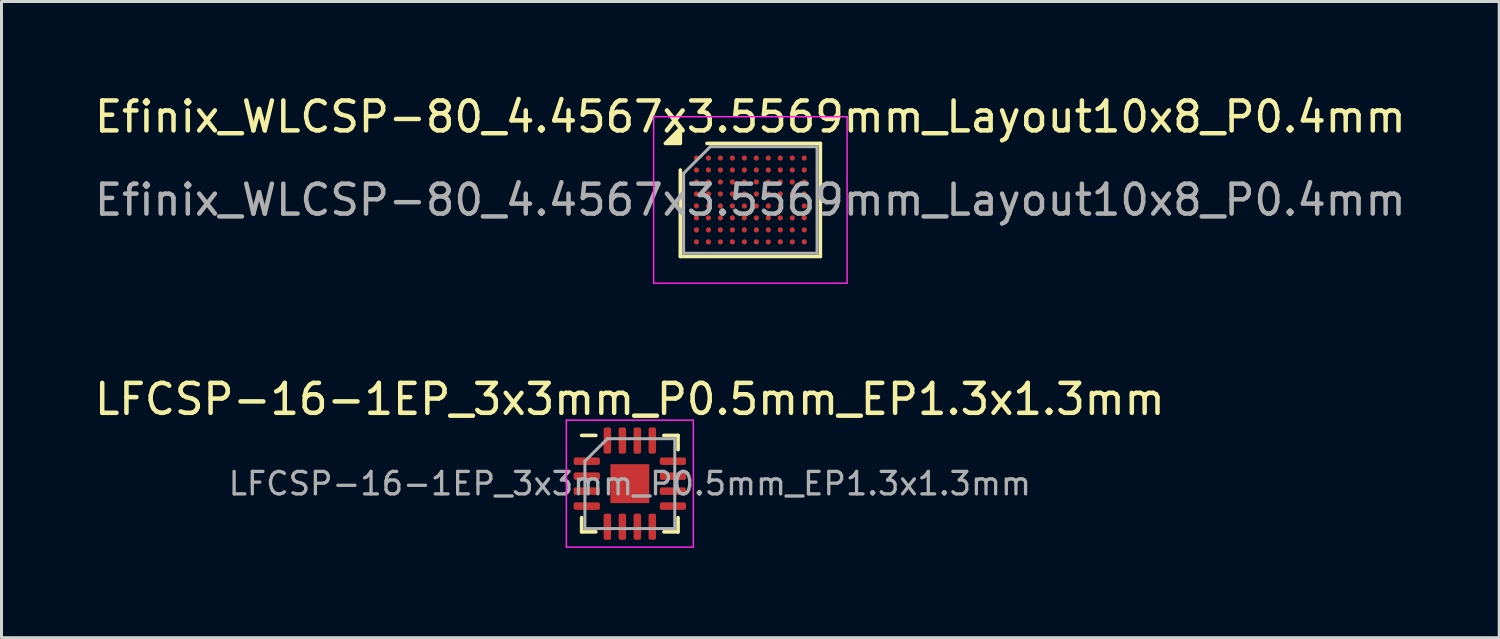
<source format=kicad_pcb>
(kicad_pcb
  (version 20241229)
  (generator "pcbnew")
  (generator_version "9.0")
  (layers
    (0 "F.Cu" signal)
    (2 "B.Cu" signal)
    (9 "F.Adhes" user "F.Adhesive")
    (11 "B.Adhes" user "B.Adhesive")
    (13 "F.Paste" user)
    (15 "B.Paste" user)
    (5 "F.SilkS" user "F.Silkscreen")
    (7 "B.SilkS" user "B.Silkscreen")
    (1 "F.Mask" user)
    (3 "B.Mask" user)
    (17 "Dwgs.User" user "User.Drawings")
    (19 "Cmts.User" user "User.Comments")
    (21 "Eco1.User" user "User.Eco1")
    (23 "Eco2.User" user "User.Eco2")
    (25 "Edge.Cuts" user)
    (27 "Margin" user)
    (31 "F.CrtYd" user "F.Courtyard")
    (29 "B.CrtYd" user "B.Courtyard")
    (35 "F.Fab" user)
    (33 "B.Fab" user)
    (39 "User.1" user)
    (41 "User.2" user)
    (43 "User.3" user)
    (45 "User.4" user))
  (footprint "Efinix_WLCSP-80_4.4567x3.5569mm_Layout10x8_P0.4mm"
    (layer "F.Cu")
    (at 22.006 3.627)
    (property "Reference" "Efinix_WLCSP-80_4.4567x3.5569mm_Layout10x8_P0.4mm" (at 0 -2.778 0) (layer "F.SilkS") (effects (font (size 1 1) (thickness 0.15))))
    (attr smd)
    (fp_line (start -2.338 1.888) (end -2.338 -0.999) (stroke (width 0.12) (type solid)) (layer "F.SilkS"))
    (fp_line (start -1.449 -1.888) (end 2.338 -1.888) (stroke (width 0.12) (type solid)) (layer "F.SilkS"))
    (fp_line (start 2.338 -1.888) (end 2.338 1.888) (stroke (width 0.12) (type solid)) (layer "F.SilkS"))
    (fp_line (start 2.338 1.888) (end -2.338 1.888) (stroke (width 0.12) (type solid)) (layer "F.SilkS"))
    (fp_poly (pts (xy -2.338 -1.888) (xy -2.838 -1.888) (xy -2.338 -2.388) (xy -2.338 -1.888)) (stroke (width 0.12) (type solid)) (fill yes) (layer "F.SilkS"))
    (fp_line (start -3.23 -2.78) (end -3.23 2.78) (stroke (width 0.05) (type solid)) (layer "F.CrtYd"))
    (fp_line (start -3.23 2.78) (end 3.23 2.78) (stroke (width 0.05) (type solid)) (layer "F.CrtYd"))
    (fp_line (start 3.23 -2.78) (end -3.23 -2.78) (stroke (width 0.05) (type solid)) (layer "F.CrtYd"))
    (fp_line (start 3.23 2.78) (end 3.23 -2.78) (stroke (width 0.05) (type solid)) (layer "F.CrtYd"))
    (fp_line (start -2.228 -0.889) (end -1.339 -1.778) (stroke (width 0.1) (type solid)) (layer "F.Fab"))
    (fp_line (start -2.228 1.778) (end -2.228 -0.889) (stroke (width 0.1) (type solid)) (layer "F.Fab"))
    (fp_line (start -1.339 -1.778) (end 2.228 -1.778) (stroke (width 0.1) (type solid)) (layer "F.Fab"))
    (fp_line (start 2.228 -1.778) (end 2.228 1.778) (stroke (width 0.1) (type solid)) (layer "F.Fab"))
    (fp_line (start 2.228 1.778) (end -2.228 1.778) (stroke (width 0.1) (type solid)) (layer "F.Fab"))
    (fp_text user "${REFERENCE}" (at 0 0 0) (layer "F.Fab") (effects (font (size 1 1) (thickness 0.15))))
    (pad "A1" smd circle (at -1.8 -1.4) (size 0.175 0.175) (property pad_prop_bga) (layers "F.Cu" "F.Mask" "F.Paste"))
    (pad "A2" smd circle (at -1.4 -1.4) (size 0.175 0.175) (property pad_prop_bga) (layers "F.Cu" "F.Mask" "F.Paste"))
    (pad "A3" smd circle (at -1 -1.4) (size 0.175 0.175) (property pad_prop_bga) (layers "F.Cu" "F.Mask" "F.Paste"))
    (pad "A4" smd circle (at -0.6 -1.4) (size 0.175 0.175) (property pad_prop_bga) (layers "F.Cu" "F.Mask" "F.Paste"))
    (pad "A5" smd circle (at -0.2 -1.4) (size 0.175 0.175) (property pad_prop_bga) (layers "F.Cu" "F.Mask" "F.Paste"))
    (pad "A6" smd circle (at 0.2 -1.4) (size 0.175 0.175) (property pad_prop_bga) (layers "F.Cu" "F.Mask" "F.Paste"))
    (pad "A7" smd circle (at 0.6 -1.4) (size 0.175 0.175) (property pad_prop_bga) (layers "F.Cu" "F.Mask" "F.Paste"))
    (pad "A8" smd circle (at 1 -1.4) (size 0.175 0.175) (property pad_prop_bga) (layers "F.Cu" "F.Mask" "F.Paste"))
    (pad "A9" smd circle (at 1.4 -1.4) (size 0.175 0.175) (property pad_prop_bga) (layers "F.Cu" "F.Mask" "F.Paste"))
    (pad "A10" smd circle (at 1.8 -1.4) (size 0.175 0.175) (property pad_prop_bga) (layers "F.Cu" "F.Mask" "F.Paste"))
    (pad "B1" smd circle (at -1.8 -1) (size 0.175 0.175) (property pad_prop_bga) (layers "F.Cu" "F.Mask" "F.Paste"))
    (pad "B2" smd circle (at -1.4 -1) (size 0.175 0.175) (property pad_prop_bga) (layers "F.Cu" "F.Mask" "F.Paste"))
    (pad "B3" smd circle (at -1 -1) (size 0.175 0.175) (property pad_prop_bga) (layers "F.Cu" "F.Mask" "F.Paste"))
    (pad "B4" smd circle (at -0.6 -1) (size 0.175 0.175) (property pad_prop_bga) (layers "F.Cu" "F.Mask" "F.Paste"))
    (pad "B5" smd circle (at -0.2 -1) (size 0.175 0.175) (property pad_prop_bga) (layers "F.Cu" "F.Mask" "F.Paste"))
    (pad "B6" smd circle (at 0.2 -1) (size 0.175 0.175) (property pad_prop_bga) (layers "F.Cu" "F.Mask" "F.Paste"))
    (pad "B7" smd circle (at 0.6 -1) (size 0.175 0.175) (property pad_prop_bga) (layers "F.Cu" "F.Mask" "F.Paste"))
    (pad "B8" smd circle (at 1 -1) (size 0.175 0.175) (property pad_prop_bga) (layers "F.Cu" "F.Mask" "F.Paste"))
    (pad "B9" smd circle (at 1.4 -1) (size 0.175 0.175) (property pad_prop_bga) (layers "F.Cu" "F.Mask" "F.Paste"))
    (pad "B10" smd circle (at 1.8 -1) (size 0.175 0.175) (property pad_prop_bga) (layers "F.Cu" "F.Mask" "F.Paste"))
    (pad "C1" smd circle (at -1.8 -0.6) (size 0.175 0.175) (property pad_prop_bga) (layers "F.Cu" "F.Mask" "F.Paste"))
    (pad "C2" smd circle (at -1.4 -0.6) (size 0.175 0.175) (property pad_prop_bga) (layers "F.Cu" "F.Mask" "F.Paste"))
    (pad "C3" smd circle (at -1 -0.6) (size 0.175 0.175) (property pad_prop_bga) (layers "F.Cu" "F.Mask" "F.Paste"))
    (pad "C4" smd circle (at -0.6 -0.6) (size 0.175 0.175) (property pad_prop_bga) (layers "F.Cu" "F.Mask" "F.Paste"))
    (pad "C5" smd circle (at -0.2 -0.6) (size 0.175 0.175) (property pad_prop_bga) (layers "F.Cu" "F.Mask" "F.Paste"))
    (pad "C6" smd circle (at 0.2 -0.6) (size 0.175 0.175) (property pad_prop_bga) (layers "F.Cu" "F.Mask" "F.Paste"))
    (pad "C7" smd circle (at 0.6 -0.6) (size 0.175 0.175) (property pad_prop_bga) (layers "F.Cu" "F.Mask" "F.Paste"))
    (pad "C8" smd circle (at 1 -0.6) (size 0.175 0.175) (property pad_prop_bga) (layers "F.Cu" "F.Mask" "F.Paste"))
    (pad "C9" smd circle (at 1.4 -0.6) (size 0.175 0.175) (property pad_prop_bga) (layers "F.Cu" "F.Mask" "F.Paste"))
    (pad "C10" smd circle (at 1.8 -0.6) (size 0.175 0.175) (property pad_prop_bga) (layers "F.Cu" "F.Mask" "F.Paste"))
    (pad "D1" smd circle (at -1.8 -0.2) (size 0.175 0.175) (property pad_prop_bga) (layers "F.Cu" "F.Mask" "F.Paste"))
    (pad "D2" smd circle (at -1.4 -0.2) (size 0.175 0.175) (property pad_prop_bga) (layers "F.Cu" "F.Mask" "F.Paste"))
    (pad "D3" smd circle (at -1 -0.2) (size 0.175 0.175) (property pad_prop_bga) (layers "F.Cu" "F.Mask" "F.Paste"))
    (pad "D4" smd circle (at -0.6 -0.2) (size 0.175 0.175) (property pad_prop_bga) (layers "F.Cu" "F.Mask" "F.Paste"))
    (pad "D5" smd circle (at -0.2 -0.2) (size 0.175 0.175) (property pad_prop_bga) (layers "F.Cu" "F.Mask" "F.Paste"))
    (pad "D6" smd circle (at 0.2 -0.2) (size 0.175 0.175) (property pad_prop_bga) (layers "F.Cu" "F.Mask" "F.Paste"))
    (pad "D7" smd circle (at 0.6 -0.2) (size 0.175 0.175) (property pad_prop_bga) (layers "F.Cu" "F.Mask" "F.Paste"))
    (pad "D8" smd circle (at 1 -0.2) (size 0.175 0.175) (property pad_prop_bga) (layers "F.Cu" "F.Mask" "F.Paste"))
    (pad "D9" smd circle (at 1.4 -0.2) (size 0.175 0.175) (property pad_prop_bga) (layers "F.Cu" "F.Mask" "F.Paste"))
    (pad "D10" smd circle (at 1.8 -0.2) (size 0.175 0.175) (property pad_prop_bga) (layers "F.Cu" "F.Mask" "F.Paste"))
    (pad "E1" smd circle (at -1.8 0.2) (size 0.175 0.175) (property pad_prop_bga) (layers "F.Cu" "F.Mask" "F.Paste"))
    (pad "E2" smd circle (at -1.4 0.2) (size 0.175 0.175) (property pad_prop_bga) (layers "F.Cu" "F.Mask" "F.Paste"))
    (pad "E3" smd circle (at -1 0.2) (size 0.175 0.175) (property pad_prop_bga) (layers "F.Cu" "F.Mask" "F.Paste"))
    (pad "E4" smd circle (at -0.6 0.2) (size 0.175 0.175) (property pad_prop_bga) (layers "F.Cu" "F.Mask" "F.Paste"))
    (pad "E5" smd circle (at -0.2 0.2) (size 0.175 0.175) (property pad_prop_bga) (layers "F.Cu" "F.Mask" "F.Paste"))
    (pad "E6" smd circle (at 0.2 0.2) (size 0.175 0.175) (property pad_prop_bga) (layers "F.Cu" "F.Mask" "F.Paste"))
    (pad "E7" smd circle (at 0.6 0.2) (size 0.175 0.175) (property pad_prop_bga) (layers "F.Cu" "F.Mask" "F.Paste"))
    (pad "E8" smd circle (at 1 0.2) (size 0.175 0.175) (property pad_prop_bga) (layers "F.Cu" "F.Mask" "F.Paste"))
    (pad "E9" smd circle (at 1.4 0.2) (size 0.175 0.175) (property pad_prop_bga) (layers "F.Cu" "F.Mask" "F.Paste"))
    (pad "E10" smd circle (at 1.8 0.2) (size 0.175 0.175) (property pad_prop_bga) (layers "F.Cu" "F.Mask" "F.Paste"))
    (pad "F1" smd circle (at -1.8 0.6) (size 0.175 0.175) (property pad_prop_bga) (layers "F.Cu" "F.Mask" "F.Paste"))
    (pad "F2" smd circle (at -1.4 0.6) (size 0.175 0.175) (property pad_prop_bga) (layers "F.Cu" "F.Mask" "F.Paste"))
    (pad "F3" smd circle (at -1 0.6) (size 0.175 0.175) (property pad_prop_bga) (layers "F.Cu" "F.Mask" "F.Paste"))
    (pad "F4" smd circle (at -0.6 0.6) (size 0.175 0.175) (property pad_prop_bga) (layers "F.Cu" "F.Mask" "F.Paste"))
    (pad "F5" smd circle (at -0.2 0.6) (size 0.175 0.175) (property pad_prop_bga) (layers "F.Cu" "F.Mask" "F.Paste"))
    (pad "F6" smd circle (at 0.2 0.6) (size 0.175 0.175) (property pad_prop_bga) (layers "F.Cu" "F.Mask" "F.Paste"))
    (pad "F7" smd circle (at 0.6 0.6) (size 0.175 0.175) (property pad_prop_bga) (layers "F.Cu" "F.Mask" "F.Paste"))
    (pad "F8" smd circle (at 1 0.6) (size 0.175 0.175) (property pad_prop_bga) (layers "F.Cu" "F.Mask" "F.Paste"))
    (pad "F9" smd circle (at 1.4 0.6) (size 0.175 0.175) (property pad_prop_bga) (layers "F.Cu" "F.Mask" "F.Paste"))
    (pad "F10" smd circle (at 1.8 0.6) (size 0.175 0.175) (property pad_prop_bga) (layers "F.Cu" "F.Mask" "F.Paste"))
    (pad "G1" smd circle (at -1.8 1) (size 0.175 0.175) (property pad_prop_bga) (layers "F.Cu" "F.Mask" "F.Paste"))
    (pad "G2" smd circle (at -1.4 1) (size 0.175 0.175) (property pad_prop_bga) (layers "F.Cu" "F.Mask" "F.Paste"))
    (pad "G3" smd circle (at -1 1) (size 0.175 0.175) (property pad_prop_bga) (layers "F.Cu" "F.Mask" "F.Paste"))
    (pad "G4" smd circle (at -0.6 1) (size 0.175 0.175) (property pad_prop_bga) (layers "F.Cu" "F.Mask" "F.Paste"))
    (pad "G5" smd circle (at -0.2 1) (size 0.175 0.175) (property pad_prop_bga) (layers "F.Cu" "F.Mask" "F.Paste"))
    (pad "G6" smd circle (at 0.2 1) (size 0.175 0.175) (property pad_prop_bga) (layers "F.Cu" "F.Mask" "F.Paste"))
    (pad "G7" smd circle (at 0.6 1) (size 0.175 0.175) (property pad_prop_bga) (layers "F.Cu" "F.Mask" "F.Paste"))
    (pad "G8" smd circle (at 1 1) (size 0.175 0.175) (property pad_prop_bga) (layers "F.Cu" "F.Mask" "F.Paste"))
    (pad "G9" smd circle (at 1.4 1) (size 0.175 0.175) (property pad_prop_bga) (layers "F.Cu" "F.Mask" "F.Paste"))
    (pad "G10" smd circle (at 1.8 1) (size 0.175 0.175) (property pad_prop_bga) (layers "F.Cu" "F.Mask" "F.Paste"))
    (pad "H1" smd circle (at -1.8 1.4) (size 0.175 0.175) (property pad_prop_bga) (layers "F.Cu" "F.Mask" "F.Paste"))
    (pad "H2" smd circle (at -1.4 1.4) (size 0.175 0.175) (property pad_prop_bga) (layers "F.Cu" "F.Mask" "F.Paste"))
    (pad "H3" smd circle (at -1 1.4) (size 0.175 0.175) (property pad_prop_bga) (layers "F.Cu" "F.Mask" "F.Paste"))
    (pad "H4" smd circle (at -0.6 1.4) (size 0.175 0.175) (property pad_prop_bga) (layers "F.Cu" "F.Mask" "F.Paste"))
    (pad "H5" smd circle (at -0.2 1.4) (size 0.175 0.175) (property pad_prop_bga) (layers "F.Cu" "F.Mask" "F.Paste"))
    (pad "H6" smd circle (at 0.2 1.4) (size 0.175 0.175) (property pad_prop_bga) (layers "F.Cu" "F.Mask" "F.Paste"))
    (pad "H7" smd circle (at 0.6 1.4) (size 0.175 0.175) (property pad_prop_bga) (layers "F.Cu" "F.Mask" "F.Paste"))
    (pad "H8" smd circle (at 1 1.4) (size 0.175 0.175) (property pad_prop_bga) (layers "F.Cu" "F.Mask" "F.Paste"))
    (pad "H9" smd circle (at 1.4 1.4) (size 0.175 0.175) (property pad_prop_bga) (layers "F.Cu" "F.Mask" "F.Paste"))
    (pad "H10" smd circle (at 1.8 1.4) (size 0.175 0.175) (property pad_prop_bga) (layers "F.Cu" "F.Mask" "F.Paste")))
  (footprint "LFCSP-16-1EP_3x3mm_P0.5mm_EP1.3x1.3mm"
    (layer "F.Cu")
    (at 17.982 13.1)
    (property "Reference" "LFCSP-16-1EP_3x3mm_P0.5mm_EP1.3x1.3mm" (at 0 -2.82 0) (layer "F.SilkS") (effects (font (size 1 1) (thickness 0.15))))
    (attr smd)
    (fp_line (start -1.61 1.61) (end -1.61 1.135) (stroke (width 0.12) (type solid)) (layer "F.SilkS"))
    (fp_line (start -1.135 -1.61) (end -1.61 -1.61) (stroke (width 0.12) (type solid)) (layer "F.SilkS"))
    (fp_line (start -1.135 1.61) (end -1.61 1.61) (stroke (width 0.12) (type solid)) (layer "F.SilkS"))
    (fp_line (start 1.135 -1.61) (end 1.61 -1.61) (stroke (width 0.12) (type solid)) (layer "F.SilkS"))
    (fp_line (start 1.135 1.61) (end 1.61 1.61) (stroke (width 0.12) (type solid)) (layer "F.SilkS"))
    (fp_line (start 1.61 -1.61) (end 1.61 -1.135) (stroke (width 0.12) (type solid)) (layer "F.SilkS"))
    (fp_line (start 1.61 1.61) (end 1.61 1.135) (stroke (width 0.12) (type solid)) (layer "F.SilkS"))
    (fp_line (start -2.12 -2.12) (end -2.12 2.12) (stroke (width 0.05) (type solid)) (layer "F.CrtYd"))
    (fp_line (start -2.12 2.12) (end 2.12 2.12) (stroke (width 0.05) (type solid)) (layer "F.CrtYd"))
    (fp_line (start 2.12 -2.12) (end -2.12 -2.12) (stroke (width 0.05) (type solid)) (layer "F.CrtYd"))
    (fp_line (start 2.12 2.12) (end 2.12 -2.12) (stroke (width 0.05) (type solid)) (layer "F.CrtYd"))
    (fp_line (start -1.5 -0.75) (end -0.75 -1.5) (stroke (width 0.1) (type solid)) (layer "F.Fab"))
    (fp_line (start -1.5 1.5) (end -1.5 -0.75) (stroke (width 0.1) (type solid)) (layer "F.Fab"))
    (fp_line (start -0.75 -1.5) (end 1.5 -1.5) (stroke (width 0.1) (type solid)) (layer "F.Fab"))
    (fp_line (start 1.5 -1.5) (end 1.5 1.5) (stroke (width 0.1) (type solid)) (layer "F.Fab"))
    (fp_line (start 1.5 1.5) (end -1.5 1.5) (stroke (width 0.1) (type solid)) (layer "F.Fab"))
    (fp_text user "${REFERENCE}" (at 0 0 0) (layer "F.Fab") (effects (font (size 0.75 0.75) (thickness 0.11))))
    (pad "" smd roundrect (at -0.325 -0.325) (size 0.52 0.52) (layers "F.Paste") (roundrect_rratio 0.25))
    (pad "" smd roundrect (at -0.325 0.325) (size 0.52 0.52) (layers "F.Paste") (roundrect_rratio 0.25))
    (pad "" smd roundrect (at 0.325 -0.325) (size 0.52 0.52) (layers "F.Paste") (roundrect_rratio 0.25))
    (pad "" smd roundrect (at 0.325 0.325) (size 0.52 0.52) (layers "F.Paste") (roundrect_rratio 0.25))
    (pad "1" smd roundrect (at -1.438 -0.75) (size 0.875 0.25) (layers "F.Cu" "F.Mask" "F.Paste") (roundrect_rratio 0.25))
    (pad "2" smd roundrect (at -1.438 -0.25) (size 0.875 0.25) (layers "F.Cu" "F.Mask" "F.Paste") (roundrect_rratio 0.25))
    (pad "3" smd roundrect (at -1.438 0.25) (size 0.875 0.25) (layers "F.Cu" "F.Mask" "F.Paste") (roundrect_rratio 0.25))
    (pad "4" smd roundrect (at -1.438 0.75) (size 0.875 0.25) (layers "F.Cu" "F.Mask" "F.Paste") (roundrect_rratio 0.25))
    (pad "5" smd roundrect (at -0.75 1.438) (size 0.25 0.875) (layers "F.Cu" "F.Mask" "F.Paste") (roundrect_rratio 0.25))
    (pad "6" smd roundrect (at -0.25 1.438) (size 0.25 0.875) (layers "F.Cu" "F.Mask" "F.Paste") (roundrect_rratio 0.25))
    (pad "7" smd roundrect (at 0.25 1.438) (size 0.25 0.875) (layers "F.Cu" "F.Mask" "F.Paste") (roundrect_rratio 0.25))
    (pad "8" smd roundrect (at 0.75 1.438) (size 0.25 0.875) (layers "F.Cu" "F.Mask" "F.Paste") (roundrect_rratio 0.25))
    (pad "9" smd roundrect (at 1.438 0.75) (size 0.875 0.25) (layers "F.Cu" "F.Mask" "F.Paste") (roundrect_rratio 0.25))
    (pad "10" smd roundrect (at 1.438 0.25) (size 0.875 0.25) (layers "F.Cu" "F.Mask" "F.Paste") (roundrect_rratio 0.25))
    (pad "11" smd roundrect (at 1.438 -0.25) (size 0.875 0.25) (layers "F.Cu" "F.Mask" "F.Paste") (roundrect_rratio 0.25))
    (pad "12" smd roundrect (at 1.438 -0.75) (size 0.875 0.25) (layers "F.Cu" "F.Mask" "F.Paste") (roundrect_rratio 0.25))
    (pad "13" smd roundrect (at 0.75 -1.438) (size 0.25 0.875) (layers "F.Cu" "F.Mask" "F.Paste") (roundrect_rratio 0.25))
    (pad "14" smd roundrect (at 0.25 -1.438) (size 0.25 0.875) (layers "F.Cu" "F.Mask" "F.Paste") (roundrect_rratio 0.25))
    (pad "15" smd roundrect (at -0.25 -1.438) (size 0.25 0.875) (layers "F.Cu" "F.Mask" "F.Paste") (roundrect_rratio 0.25))
    (pad "16" smd roundrect (at -0.75 -1.438) (size 0.25 0.875) (layers "F.Cu" "F.Mask" "F.Paste") (roundrect_rratio 0.25))
    (pad "17" smd rect (at 0 0) (size 1.3 1.3) (layers "F.Cu" "F.Mask")))
  (gr_rect
    (start -3 -3)
    (end 47.012 18.245)
    (stroke (width 0.1) (type default))
    (fill no)
    (layer "Edge.Cuts")))
</source>
